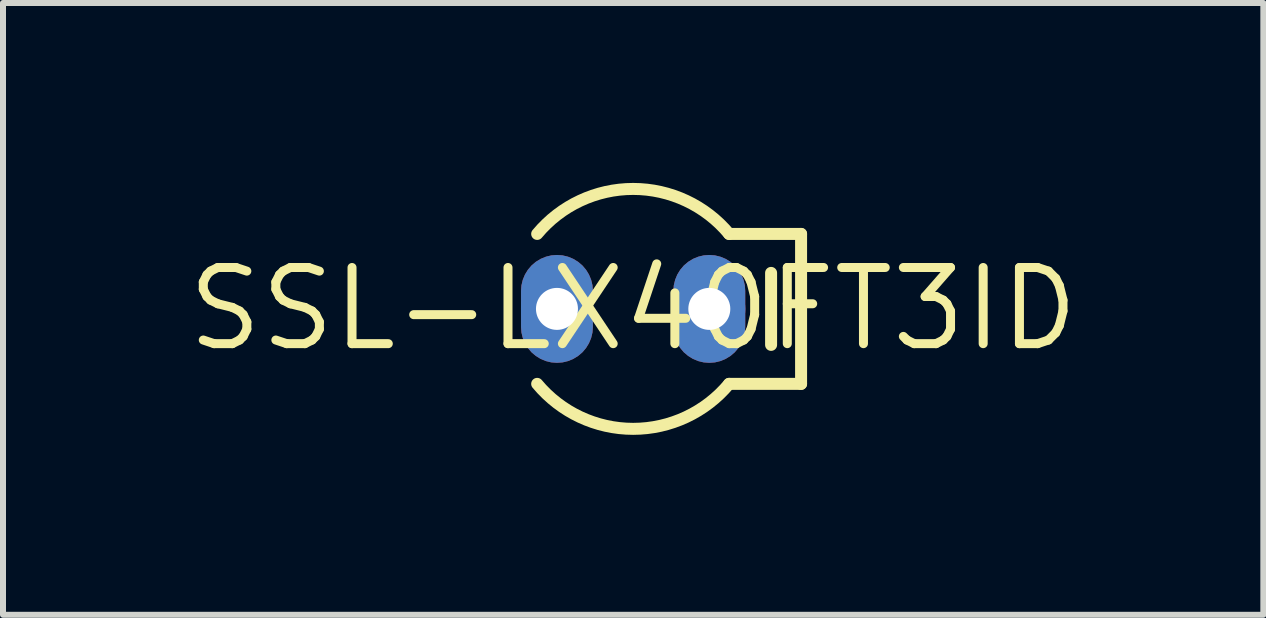
<source format=kicad_pcb>
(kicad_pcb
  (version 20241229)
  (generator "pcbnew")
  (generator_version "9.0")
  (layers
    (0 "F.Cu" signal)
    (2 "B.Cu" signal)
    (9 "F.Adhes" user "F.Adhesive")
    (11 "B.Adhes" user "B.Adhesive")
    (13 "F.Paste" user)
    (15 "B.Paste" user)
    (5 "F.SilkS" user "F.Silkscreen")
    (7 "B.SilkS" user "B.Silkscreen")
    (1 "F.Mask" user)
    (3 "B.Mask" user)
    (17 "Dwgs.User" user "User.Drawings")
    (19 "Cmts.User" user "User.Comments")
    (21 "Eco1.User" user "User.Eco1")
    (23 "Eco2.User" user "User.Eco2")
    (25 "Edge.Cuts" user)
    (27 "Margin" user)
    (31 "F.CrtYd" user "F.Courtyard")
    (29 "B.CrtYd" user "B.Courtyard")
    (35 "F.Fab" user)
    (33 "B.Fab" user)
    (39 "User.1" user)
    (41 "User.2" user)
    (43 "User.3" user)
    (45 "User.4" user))
  (footprint "SSL-LX40FT3ID"
    (layer "F.Cu")
    (at 7.506 2.1)
    (property "Reference" "SSL-LX40FT3ID" (at 0 0 0) (layer "F.SilkS") (effects (font (size 1.27 1.27) (thickness 0.15))))
    (attr through_hole)
    (fp_poly (pts (xy -0.671 -0.3) (xy -0.678 -0.394) (xy -0.7 -0.485) (xy -0.736 -0.572) (xy -0.785 -0.652) (xy -0.846 -0.724) (xy -0.918 -0.785) (xy -0.998 -0.834) (xy -1.085 -0.87) (xy -1.176 -0.892) (xy -1.27 -0.899) (xy -1.364 -0.892) (xy -1.455 -0.87) (xy -1.542 -0.834) (xy -1.622 -0.785) (xy -1.694 -0.724) (xy -1.755 -0.652) (xy -1.804 -0.572) (xy -1.84 -0.485) (xy -1.862 -0.394) (xy -1.869 -0.3) (xy -1.869 0.3) (xy -1.862 0.394) (xy -1.84 0.485) (xy -1.804 0.572) (xy -1.755 0.652) (xy -1.694 0.724) (xy -1.622 0.785) (xy -1.542 0.834) (xy -1.455 0.87) (xy -1.364 0.892) (xy -1.27 0.899) (xy -1.176 0.892) (xy -1.085 0.87) (xy -0.998 0.834) (xy -0.918 0.785) (xy -0.846 0.724) (xy -0.785 0.652) (xy -0.736 0.572) (xy -0.7 0.485) (xy -0.678 0.394) (xy -0.671 0.3)) (stroke (width 0) (type solid)) (fill yes) (layer "F.Cu"))
    (fp_poly (pts (xy 1.869 -0.3) (xy 1.862 -0.394) (xy 1.84 -0.485) (xy 1.804 -0.572) (xy 1.755 -0.652) (xy 1.694 -0.724) (xy 1.622 -0.785) (xy 1.542 -0.834) (xy 1.455 -0.87) (xy 1.364 -0.892) (xy 1.27 -0.899) (xy 1.176 -0.892) (xy 1.085 -0.87) (xy 0.998 -0.834) (xy 0.918 -0.785) (xy 0.846 -0.724) (xy 0.785 -0.652) (xy 0.736 -0.572) (xy 0.7 -0.485) (xy 0.678 -0.394) (xy 0.671 -0.3) (xy 0.671 0.3) (xy 0.678 0.394) (xy 0.7 0.485) (xy 0.736 0.572) (xy 0.785 0.652) (xy 0.846 0.724) (xy 0.918 0.785) (xy 0.998 0.834) (xy 1.085 0.87) (xy 1.176 0.892) (xy 1.27 0.899) (xy 1.364 0.892) (xy 1.455 0.87) (xy 1.542 0.834) (xy 1.622 0.785) (xy 1.694 0.724) (xy 1.755 0.652) (xy 1.804 0.572) (xy 1.84 0.485) (xy 1.862 0.394) (xy 1.869 0.3)) (stroke (width 0) (type solid)) (fill yes) (layer "F.Cu"))
    (fp_poly (pts (xy -1.972 0.3) (xy -1.963 0.41) (xy -1.938 0.517) (xy -1.895 0.619) (xy -1.838 0.713) (xy -1.766 0.796) (xy -1.683 0.868) (xy -1.589 0.925) (xy -1.487 0.968) (xy -1.38 0.993) (xy -1.27 1.002) (xy -1.16 0.993) (xy -1.053 0.968) (xy -0.951 0.925) (xy -0.857 0.868) (xy -0.774 0.796) (xy -0.702 0.713) (xy -0.645 0.619) (xy -0.602 0.517) (xy -0.577 0.41) (xy -0.568 0.3) (xy -0.568 -0.3) (xy -0.577 -0.41) (xy -0.602 -0.517) (xy -0.645 -0.619) (xy -0.702 -0.713) (xy -0.774 -0.796) (xy -0.857 -0.868) (xy -0.951 -0.925) (xy -1.053 -0.968) (xy -1.16 -0.993) (xy -1.27 -1.002) (xy -1.38 -0.993) (xy -1.487 -0.968) (xy -1.589 -0.925) (xy -1.683 -0.868) (xy -1.766 -0.796) (xy -1.838 -0.713) (xy -1.895 -0.619) (xy -1.938 -0.517) (xy -1.963 -0.41) (xy -1.972 -0.3)) (stroke (width 0) (type solid)) (fill yes) (layer "F.Mask"))
    (fp_poly (pts (xy 0.568 0.3) (xy 0.577 0.41) (xy 0.602 0.517) (xy 0.645 0.619) (xy 0.702 0.713) (xy 0.774 0.796) (xy 0.857 0.868) (xy 0.951 0.925) (xy 1.053 0.968) (xy 1.16 0.993) (xy 1.27 1.002) (xy 1.38 0.993) (xy 1.487 0.968) (xy 1.589 0.925) (xy 1.683 0.868) (xy 1.766 0.796) (xy 1.838 0.713) (xy 1.895 0.619) (xy 1.938 0.517) (xy 1.963 0.41) (xy 1.972 0.3) (xy 1.972 -0.3) (xy 1.963 -0.41) (xy 1.938 -0.517) (xy 1.895 -0.619) (xy 1.838 -0.713) (xy 1.766 -0.796) (xy 1.683 -0.868) (xy 1.589 -0.925) (xy 1.487 -0.968) (xy 1.38 -0.993) (xy 1.27 -1.002) (xy 1.16 -0.993) (xy 1.053 -0.968) (xy 0.951 -0.925) (xy 0.857 -0.868) (xy 0.774 -0.796) (xy 0.702 -0.713) (xy 0.645 -0.619) (xy 0.602 -0.517) (xy 0.577 -0.41) (xy 0.568 -0.3)) (stroke (width 0) (type solid)) (fill yes) (layer "F.Mask"))
    (fp_poly (pts (xy -0.671 -0.3) (xy -0.678 -0.394) (xy -0.7 -0.485) (xy -0.736 -0.572) (xy -0.785 -0.652) (xy -0.846 -0.724) (xy -0.918 -0.785) (xy -0.998 -0.834) (xy -1.085 -0.87) (xy -1.176 -0.892) (xy -1.27 -0.899) (xy -1.364 -0.892) (xy -1.455 -0.87) (xy -1.542 -0.834) (xy -1.622 -0.785) (xy -1.694 -0.724) (xy -1.755 -0.652) (xy -1.804 -0.572) (xy -1.84 -0.485) (xy -1.862 -0.394) (xy -1.869 -0.3) (xy -1.869 0.3) (xy -1.862 0.394) (xy -1.84 0.485) (xy -1.804 0.572) (xy -1.755 0.652) (xy -1.694 0.724) (xy -1.622 0.785) (xy -1.542 0.834) (xy -1.455 0.87) (xy -1.364 0.892) (xy -1.27 0.899) (xy -1.176 0.892) (xy -1.085 0.87) (xy -0.998 0.834) (xy -0.918 0.785) (xy -0.846 0.724) (xy -0.785 0.652) (xy -0.736 0.572) (xy -0.7 0.485) (xy -0.678 0.394) (xy -0.671 0.3)) (stroke (width 0) (type solid)) (fill yes) (layer "B.Cu"))
    (fp_poly (pts (xy 1.869 -0.3) (xy 1.862 -0.394) (xy 1.84 -0.485) (xy 1.804 -0.572) (xy 1.755 -0.652) (xy 1.694 -0.724) (xy 1.622 -0.785) (xy 1.542 -0.834) (xy 1.455 -0.87) (xy 1.364 -0.892) (xy 1.27 -0.899) (xy 1.176 -0.892) (xy 1.085 -0.87) (xy 0.998 -0.834) (xy 0.918 -0.785) (xy 0.846 -0.724) (xy 0.785 -0.652) (xy 0.736 -0.572) (xy 0.7 -0.485) (xy 0.678 -0.394) (xy 0.671 -0.3) (xy 0.671 0.3) (xy 0.678 0.394) (xy 0.7 0.485) (xy 0.736 0.572) (xy 0.785 0.652) (xy 0.846 0.724) (xy 0.918 0.785) (xy 0.998 0.834) (xy 1.085 0.87) (xy 1.176 0.892) (xy 1.27 0.899) (xy 1.364 0.892) (xy 1.455 0.87) (xy 1.542 0.834) (xy 1.622 0.785) (xy 1.694 0.724) (xy 1.755 0.652) (xy 1.804 0.572) (xy 1.84 0.485) (xy 1.862 0.394) (xy 1.869 0.3)) (stroke (width 0) (type solid)) (fill yes) (layer "B.Cu"))
    (fp_poly (pts (xy -1.972 0.3) (xy -1.963 0.41) (xy -1.938 0.517) (xy -1.895 0.619) (xy -1.838 0.713) (xy -1.766 0.796) (xy -1.683 0.868) (xy -1.589 0.925) (xy -1.487 0.968) (xy -1.38 0.993) (xy -1.27 1.002) (xy -1.16 0.993) (xy -1.053 0.968) (xy -0.951 0.925) (xy -0.857 0.868) (xy -0.774 0.796) (xy -0.702 0.713) (xy -0.645 0.619) (xy -0.602 0.517) (xy -0.577 0.41) (xy -0.568 0.3) (xy -0.568 -0.3) (xy -0.577 -0.41) (xy -0.602 -0.517) (xy -0.645 -0.619) (xy -0.702 -0.713) (xy -0.774 -0.796) (xy -0.857 -0.868) (xy -0.951 -0.925) (xy -1.053 -0.968) (xy -1.16 -0.993) (xy -1.27 -1.002) (xy -1.38 -0.993) (xy -1.487 -0.968) (xy -1.589 -0.925) (xy -1.683 -0.868) (xy -1.766 -0.796) (xy -1.838 -0.713) (xy -1.895 -0.619) (xy -1.938 -0.517) (xy -1.963 -0.41) (xy -1.972 -0.3)) (stroke (width 0) (type solid)) (fill yes) (layer "B.Mask"))
    (fp_poly (pts (xy 0.568 0.3) (xy 0.577 0.41) (xy 0.602 0.517) (xy 0.645 0.619) (xy 0.702 0.713) (xy 0.774 0.796) (xy 0.857 0.868) (xy 0.951 0.925) (xy 1.053 0.968) (xy 1.16 0.993) (xy 1.27 1.002) (xy 1.38 0.993) (xy 1.487 0.968) (xy 1.589 0.925) (xy 1.683 0.868) (xy 1.766 0.796) (xy 1.838 0.713) (xy 1.895 0.619) (xy 1.938 0.517) (xy 1.963 0.41) (xy 1.972 0.3) (xy 1.972 -0.3) (xy 1.963 -0.41) (xy 1.938 -0.517) (xy 1.895 -0.619) (xy 1.838 -0.713) (xy 1.766 -0.796) (xy 1.683 -0.868) (xy 1.589 -0.925) (xy 1.487 -0.968) (xy 1.38 -0.993) (xy 1.27 -1.002) (xy 1.16 -0.993) (xy 1.053 -0.968) (xy 0.951 -0.925) (xy 0.857 -0.868) (xy 0.774 -0.796) (xy 0.702 -0.713) (xy 0.645 -0.619) (xy 0.602 -0.517) (xy 0.577 -0.41) (xy 0.568 -0.3)) (stroke (width 0) (type solid)) (fill yes) (layer "B.Mask"))
    (fp_line (start 2.3 -0.6) (end 2.3 0.6) (stroke (width 0.2) (type solid)) (layer "F.SilkS"))
    (fp_line (start 2.8 -1.25) (end 1.6 -1.25) (stroke (width 0.2) (type solid)) (layer "F.SilkS"))
    (fp_line (start 2.8 -1.25) (end 2.8 1.25) (stroke (width 0.2) (type solid)) (layer "F.SilkS"))
    (fp_line (start 2.8 1.25) (end 1.6 1.25) (stroke (width 0.2) (type solid)) (layer "F.SilkS"))
    (fp_arc (start -1.6 -1.25) (mid 0 -2.000027) (end 1.6 -1.25) (stroke (width 0.2) (type solid)) (layer "F.SilkS"))
    (fp_arc (start 1.6 1.25) (mid 0 2.000027) (end -1.6 1.25) (stroke (width 0.2) (type solid)) (layer "F.SilkS"))
    (pad "1" thru_hole circle (at 1.27 0 90) (size 1.2 1.2) (drill 0.7) (layers "*.Cu" "*.Mask"))
    (pad "2" thru_hole circle (at -1.27 0 90) (size 1.2 1.2) (drill 0.7) (layers "*.Cu" "*.Mask")))
  (gr_rect
    (start -3 -3)
    (end 18.013 7.2)
    (stroke (width 0.1) (type default))
    (fill no)
    (layer "Edge.Cuts")))
</source>
